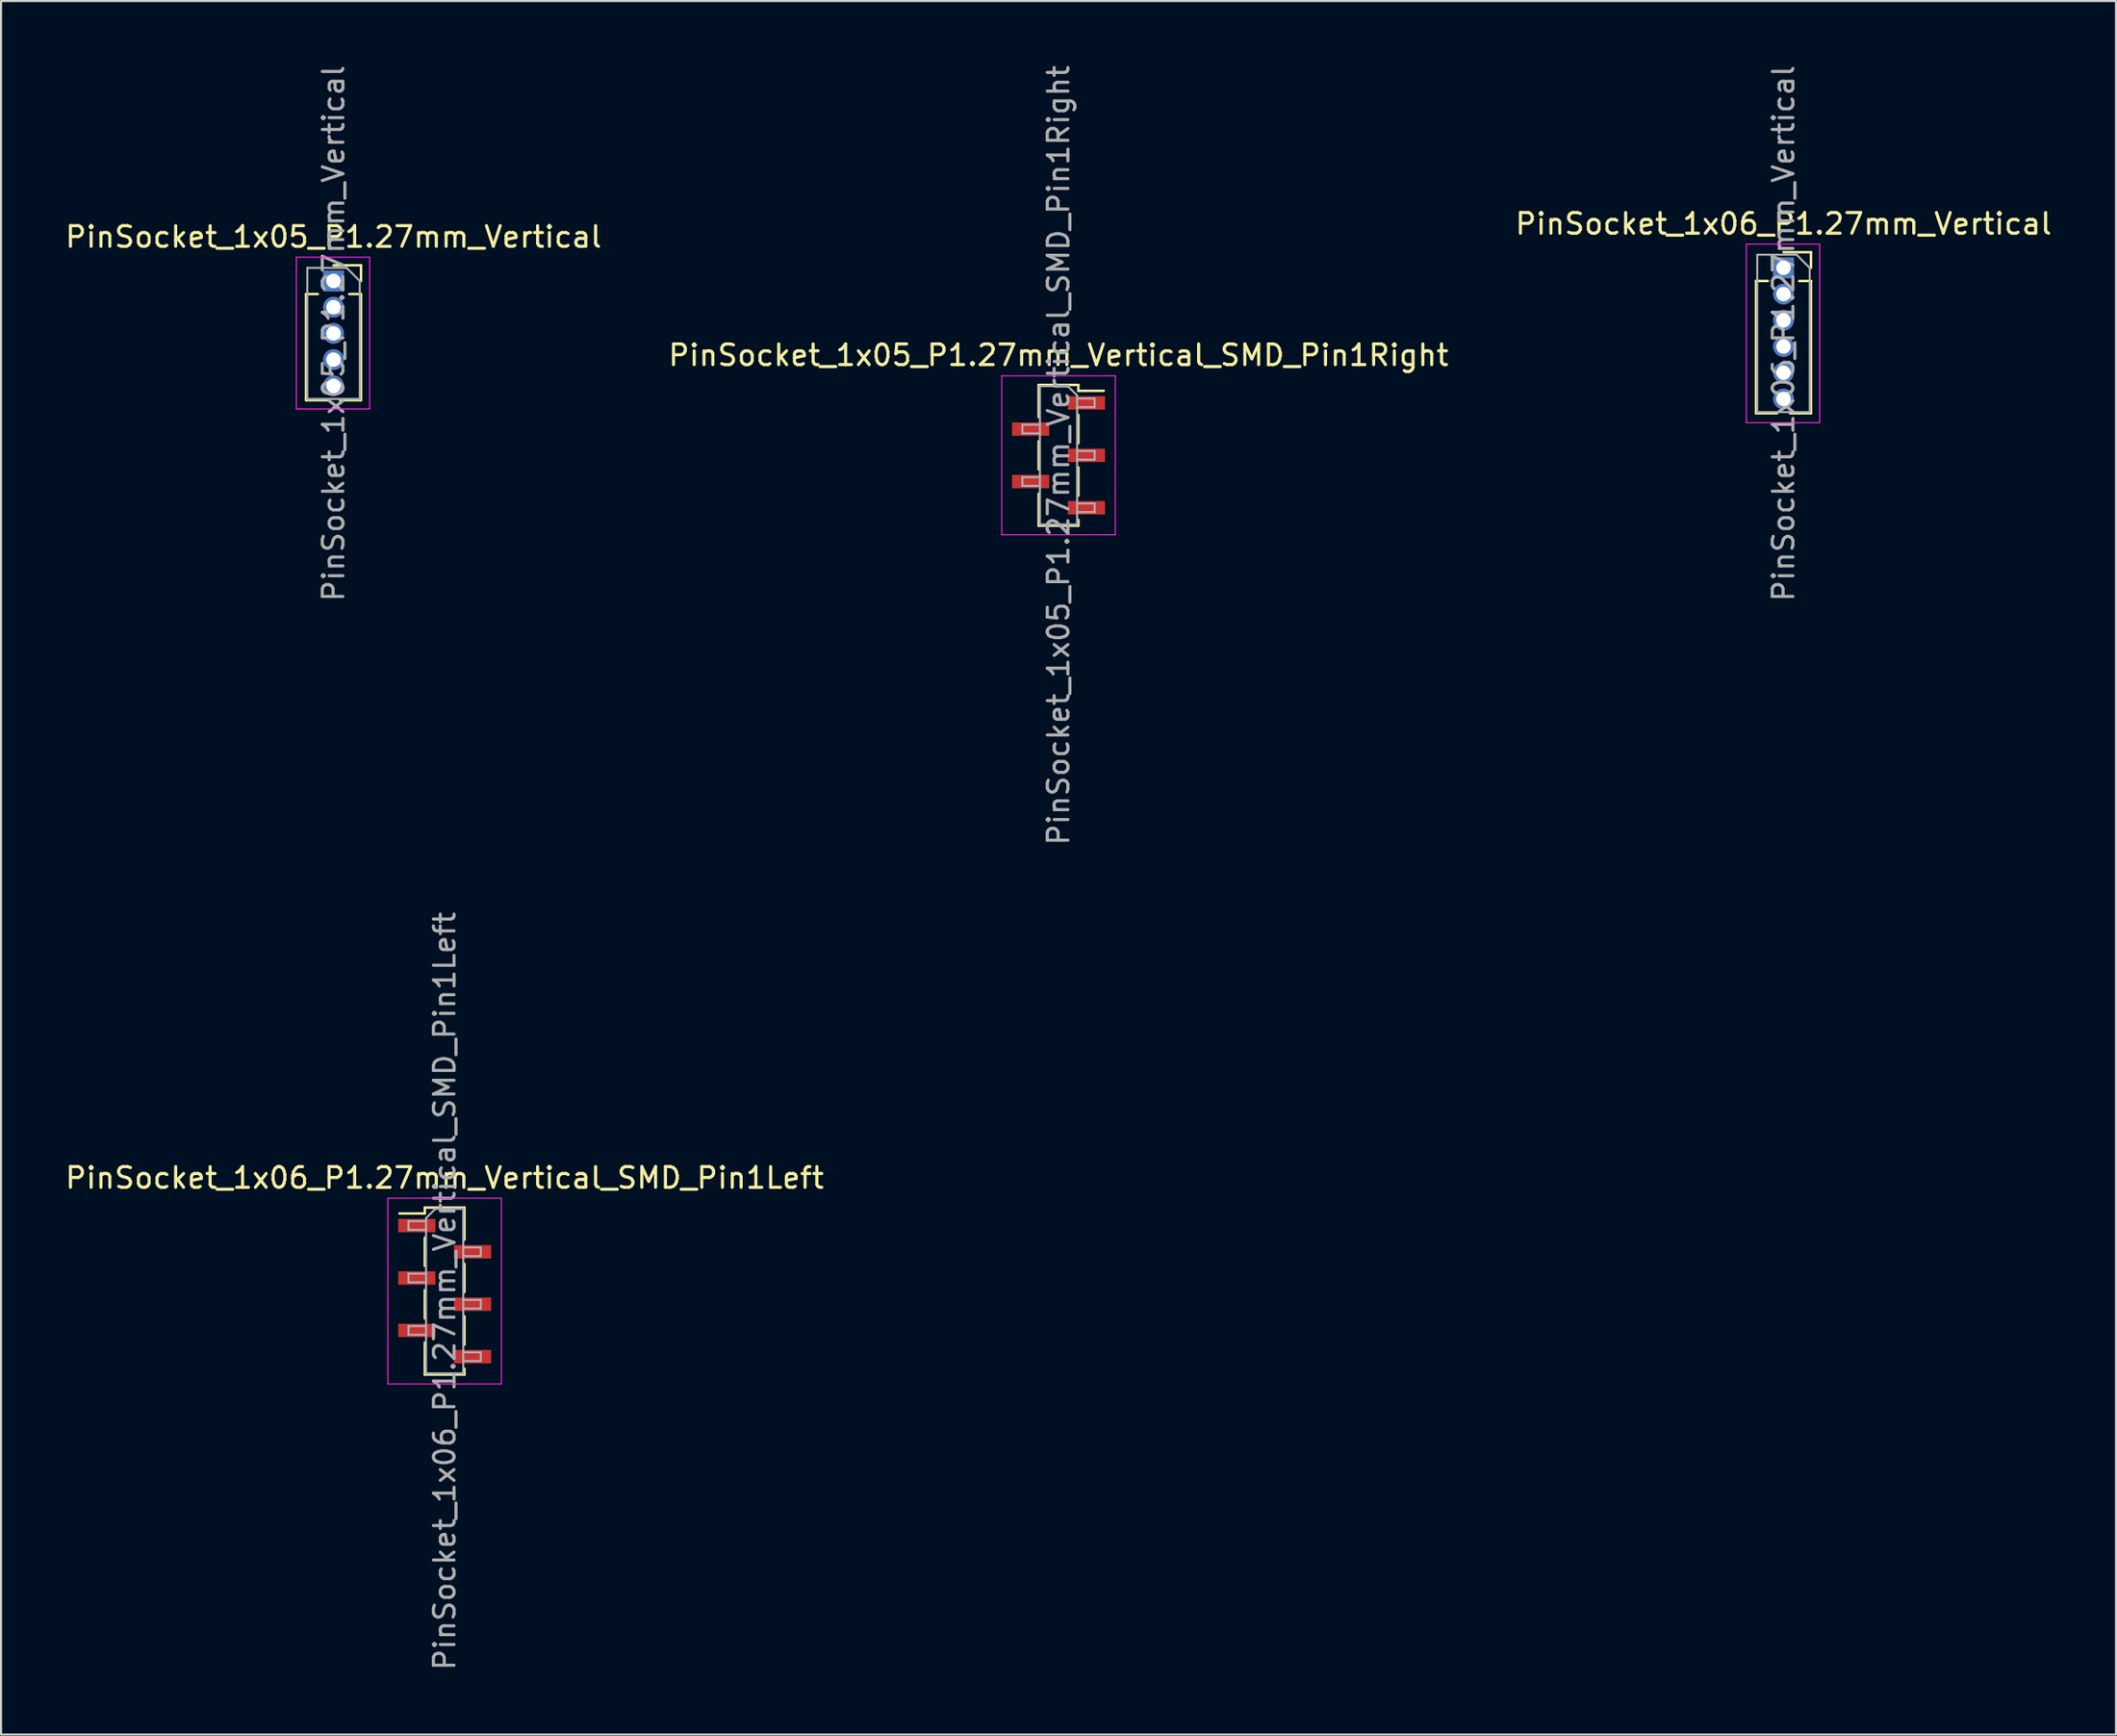
<source format=kicad_pcb>
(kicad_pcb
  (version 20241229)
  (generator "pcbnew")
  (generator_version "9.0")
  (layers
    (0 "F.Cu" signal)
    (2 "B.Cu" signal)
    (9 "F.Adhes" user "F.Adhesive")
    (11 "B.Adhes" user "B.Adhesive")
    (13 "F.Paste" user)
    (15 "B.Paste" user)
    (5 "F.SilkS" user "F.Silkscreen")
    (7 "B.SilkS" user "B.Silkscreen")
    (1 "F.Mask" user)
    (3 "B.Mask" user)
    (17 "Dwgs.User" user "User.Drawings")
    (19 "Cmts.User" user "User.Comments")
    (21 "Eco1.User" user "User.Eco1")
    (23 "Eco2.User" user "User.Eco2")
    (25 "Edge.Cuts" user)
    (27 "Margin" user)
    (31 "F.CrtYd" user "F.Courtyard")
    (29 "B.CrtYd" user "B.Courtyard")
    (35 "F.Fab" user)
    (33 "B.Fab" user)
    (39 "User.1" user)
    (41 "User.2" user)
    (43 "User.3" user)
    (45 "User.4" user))
  (footprint "PinSocket_1x05_P1.27mm_Vertical_SMD_Pin1Right"
    (layer "F.Cu")
    (at 48.208 19.006)
    (property "Reference" "PinSocket_1x05_P1.27mm_Vertical_SMD_Pin1Right" (at 0 -4.85 0) (layer "F.SilkS") (effects (font (size 1 1) (thickness 0.15))))
    (attr smd)
    (fp_line (start -0.96 -3.41) (end -0.96 -1.855) (stroke (width 0.12) (type solid)) (layer "F.SilkS"))
    (fp_line (start -0.96 -3.41) (end 0.96 -3.41) (stroke (width 0.12) (type solid)) (layer "F.SilkS"))
    (fp_line (start -0.96 -0.685) (end -0.96 0.685) (stroke (width 0.12) (type solid)) (layer "F.SilkS"))
    (fp_line (start -0.96 1.855) (end -0.96 3.41) (stroke (width 0.12) (type solid)) (layer "F.SilkS"))
    (fp_line (start -0.96 3.41) (end 0.96 3.41) (stroke (width 0.12) (type solid)) (layer "F.SilkS"))
    (fp_line (start 0.96 -3.41) (end 0.96 -3.125) (stroke (width 0.12) (type solid)) (layer "F.SilkS"))
    (fp_line (start 0.96 -3.125) (end 2.19 -3.125) (stroke (width 0.12) (type solid)) (layer "F.SilkS"))
    (fp_line (start 0.96 -1.955) (end 0.96 -0.585) (stroke (width 0.12) (type solid)) (layer "F.SilkS"))
    (fp_line (start 0.96 0.585) (end 0.96 1.955) (stroke (width 0.12) (type solid)) (layer "F.SilkS"))
    (fp_line (start 0.96 3.125) (end 0.96 3.41) (stroke (width 0.12) (type solid)) (layer "F.SilkS"))
    (fp_line (start -2.75 -3.85) (end 2.75 -3.85) (stroke (width 0.05) (type solid)) (layer "F.CrtYd"))
    (fp_line (start -2.75 3.85) (end -2.75 -3.85) (stroke (width 0.05) (type solid)) (layer "F.CrtYd"))
    (fp_line (start 2.75 -3.85) (end 2.75 3.85) (stroke (width 0.05) (type solid)) (layer "F.CrtYd"))
    (fp_line (start 2.75 3.85) (end -2.75 3.85) (stroke (width 0.05) (type solid)) (layer "F.CrtYd"))
    (fp_line (start -1.75 -1.48) (end -0.9 -1.48) (stroke (width 0.1) (type solid)) (layer "F.Fab"))
    (fp_line (start -1.75 -1.06) (end -1.75 -1.48) (stroke (width 0.1) (type solid)) (layer "F.Fab"))
    (fp_line (start -1.75 1.06) (end -0.9 1.06) (stroke (width 0.1) (type solid)) (layer "F.Fab"))
    (fp_line (start -1.75 1.48) (end -1.75 1.06) (stroke (width 0.1) (type solid)) (layer "F.Fab"))
    (fp_line (start -0.9 -3.35) (end 0.45 -3.35) (stroke (width 0.1) (type solid)) (layer "F.Fab"))
    (fp_line (start -0.9 -1.06) (end -1.75 -1.06) (stroke (width 0.1) (type solid)) (layer "F.Fab"))
    (fp_line (start -0.9 1.48) (end -1.75 1.48) (stroke (width 0.1) (type solid)) (layer "F.Fab"))
    (fp_line (start -0.9 3.35) (end -0.9 -3.35) (stroke (width 0.1) (type solid)) (layer "F.Fab"))
    (fp_line (start 0.45 -3.35) (end 0.9 -2.9) (stroke (width 0.1) (type solid)) (layer "F.Fab"))
    (fp_line (start 0.9 -2.9) (end 0.9 3.35) (stroke (width 0.1) (type solid)) (layer "F.Fab"))
    (fp_line (start 0.9 -2.75) (end 1.75 -2.75) (stroke (width 0.1) (type solid)) (layer "F.Fab"))
    (fp_line (start 0.9 -0.21) (end 1.75 -0.21) (stroke (width 0.1) (type solid)) (layer "F.Fab"))
    (fp_line (start 0.9 2.33) (end 1.75 2.33) (stroke (width 0.1) (type solid)) (layer "F.Fab"))
    (fp_line (start 0.9 3.35) (end -0.9 3.35) (stroke (width 0.1) (type solid)) (layer "F.Fab"))
    (fp_line (start 1.75 -2.75) (end 1.75 -2.33) (stroke (width 0.1) (type solid)) (layer "F.Fab"))
    (fp_line (start 1.75 -2.33) (end 0.9 -2.33) (stroke (width 0.1) (type solid)) (layer "F.Fab"))
    (fp_line (start 1.75 -0.21) (end 1.75 0.21) (stroke (width 0.1) (type solid)) (layer "F.Fab"))
    (fp_line (start 1.75 0.21) (end 0.9 0.21) (stroke (width 0.1) (type solid)) (layer "F.Fab"))
    (fp_line (start 1.75 2.33) (end 1.75 2.75) (stroke (width 0.1) (type solid)) (layer "F.Fab"))
    (fp_line (start 1.75 2.75) (end 0.9 2.75) (stroke (width 0.1) (type solid)) (layer "F.Fab"))
    (fp_text user "${REFERENCE}" (at 0 0 90) (layer "F.Fab") (effects (font (size 1 1) (thickness 0.15))))
    (pad "1" smd rect (at 1.35 -2.54) (size 1.8 0.65) (layers "F.Cu" "F.Mask" "F.Paste"))
    (pad "2" smd rect (at -1.35 -1.27) (size 1.8 0.65) (layers "F.Cu" "F.Mask" "F.Paste"))
    (pad "3" smd rect (at 1.35 0) (size 1.8 0.65) (layers "F.Cu" "F.Mask" "F.Paste"))
    (pad "4" smd rect (at -1.35 1.27) (size 1.8 0.65) (layers "F.Cu" "F.Mask" "F.Paste"))
    (pad "5" smd rect (at 1.35 2.54) (size 1.8 0.65) (layers "F.Cu" "F.Mask" "F.Paste")))
  (footprint "PinSocket_1x06_P1.27mm_Vertical"
    (layer "F.Cu")
    (at 83.315 9.926)
    (property "Reference" "PinSocket_1x06_P1.27mm_Vertical" (at 0 -2.135 0) (layer "F.SilkS") (effects (font (size 1 1) (thickness 0.15))))
    (attr through_hole)
    (fp_line (start -1.33 0.635) (end -1.33 7.045) (stroke (width 0.12) (type solid)) (layer "F.SilkS"))
    (fp_line (start -1.33 0.635) (end -0.76 0.635) (stroke (width 0.12) (type solid)) (layer "F.SilkS"))
    (fp_line (start -1.33 7.045) (end -0.308 7.045) (stroke (width 0.12) (type solid)) (layer "F.SilkS"))
    (fp_line (start 0 -0.76) (end 1.33 -0.76) (stroke (width 0.12) (type solid)) (layer "F.SilkS"))
    (fp_line (start 0.308 7.045) (end 1.33 7.045) (stroke (width 0.12) (type solid)) (layer "F.SilkS"))
    (fp_line (start 0.76 0.635) (end 1.33 0.635) (stroke (width 0.12) (type solid)) (layer "F.SilkS"))
    (fp_line (start 1.33 -0.76) (end 1.33 0) (stroke (width 0.12) (type solid)) (layer "F.SilkS"))
    (fp_line (start 1.33 0.635) (end 1.33 7.045) (stroke (width 0.12) (type solid)) (layer "F.SilkS"))
    (fp_line (start -1.8 -1.15) (end 1.75 -1.15) (stroke (width 0.05) (type solid)) (layer "F.CrtYd"))
    (fp_line (start -1.8 7.5) (end -1.8 -1.15) (stroke (width 0.05) (type solid)) (layer "F.CrtYd"))
    (fp_line (start 1.75 -1.15) (end 1.75 7.5) (stroke (width 0.05) (type solid)) (layer "F.CrtYd"))
    (fp_line (start 1.75 7.5) (end -1.8 7.5) (stroke (width 0.05) (type solid)) (layer "F.CrtYd"))
    (fp_line (start -1.27 -0.635) (end 0.635 -0.635) (stroke (width 0.1) (type solid)) (layer "F.Fab"))
    (fp_line (start -1.27 6.985) (end -1.27 -0.635) (stroke (width 0.1) (type solid)) (layer "F.Fab"))
    (fp_line (start 0.635 -0.635) (end 1.27 0) (stroke (width 0.1) (type solid)) (layer "F.Fab"))
    (fp_line (start 1.27 0) (end 1.27 6.985) (stroke (width 0.1) (type solid)) (layer "F.Fab"))
    (fp_line (start 1.27 6.985) (end -1.27 6.985) (stroke (width 0.1) (type solid)) (layer "F.Fab"))
    (fp_text user "${REFERENCE}" (at 0 3.175 90) (layer "F.Fab") (effects (font (size 1 1) (thickness 0.15))))
    (pad "1" thru_hole rect (at 0 0) (size 1 1) (drill 0.7) (layers "*.Cu" "*.Mask"))
    (pad "2" thru_hole oval (at 0 1.27) (size 1 1) (drill 0.7) (layers "*.Cu" "*.Mask"))
    (pad "3" thru_hole oval (at 0 2.54) (size 1 1) (drill 0.7) (layers "*.Cu" "*.Mask"))
    (pad "4" thru_hole oval (at 0 3.81) (size 1 1) (drill 0.7) (layers "*.Cu" "*.Mask"))
    (pad "5" thru_hole oval (at 0 5.08) (size 1 1) (drill 0.7) (layers "*.Cu" "*.Mask"))
    (pad "6" thru_hole oval (at 0 6.35) (size 1 1) (drill 0.7) (layers "*.Cu" "*.Mask")))
  (footprint "PinSocket_1x06_P1.27mm_Vertical_SMD_Pin1Left"
    (layer "F.Cu")
    (at 18.482 59.494)
    (property "Reference" "PinSocket_1x06_P1.27mm_Vertical_SMD_Pin1Left" (at 0 -5.485 0) (layer "F.SilkS") (effects (font (size 1 1) (thickness 0.15))))
    (attr smd)
    (fp_line (start -2.19 -3.76) (end -0.96 -3.76) (stroke (width 0.12) (type solid)) (layer "F.SilkS"))
    (fp_line (start -0.96 -4.045) (end -0.96 -3.76) (stroke (width 0.12) (type solid)) (layer "F.SilkS"))
    (fp_line (start -0.96 -4.045) (end 0.96 -4.045) (stroke (width 0.12) (type solid)) (layer "F.SilkS"))
    (fp_line (start -0.96 -2.59) (end -0.96 -1.22) (stroke (width 0.12) (type solid)) (layer "F.SilkS"))
    (fp_line (start -0.96 -0.05) (end -0.96 1.32) (stroke (width 0.12) (type solid)) (layer "F.SilkS"))
    (fp_line (start -0.96 2.49) (end -0.96 4.045) (stroke (width 0.12) (type solid)) (layer "F.SilkS"))
    (fp_line (start -0.96 4.045) (end 0.96 4.045) (stroke (width 0.12) (type solid)) (layer "F.SilkS"))
    (fp_line (start 0.96 -4.045) (end 0.96 -2.49) (stroke (width 0.12) (type solid)) (layer "F.SilkS"))
    (fp_line (start 0.96 -1.32) (end 0.96 0.05) (stroke (width 0.12) (type solid)) (layer "F.SilkS"))
    (fp_line (start 0.96 1.22) (end 0.96 2.59) (stroke (width 0.12) (type solid)) (layer "F.SilkS"))
    (fp_line (start 0.96 3.76) (end 0.96 4.045) (stroke (width 0.12) (type solid)) (layer "F.SilkS"))
    (fp_line (start -2.75 -4.5) (end 2.75 -4.5) (stroke (width 0.05) (type solid)) (layer "F.CrtYd"))
    (fp_line (start -2.75 4.5) (end -2.75 -4.5) (stroke (width 0.05) (type solid)) (layer "F.CrtYd"))
    (fp_line (start 2.75 -4.5) (end 2.75 4.5) (stroke (width 0.05) (type solid)) (layer "F.CrtYd"))
    (fp_line (start 2.75 4.5) (end -2.75 4.5) (stroke (width 0.05) (type solid)) (layer "F.CrtYd"))
    (fp_line (start -1.75 -3.385) (end -0.9 -3.385) (stroke (width 0.1) (type solid)) (layer "F.Fab"))
    (fp_line (start -1.75 -2.965) (end -1.75 -3.385) (stroke (width 0.1) (type solid)) (layer "F.Fab"))
    (fp_line (start -1.75 -0.845) (end -0.9 -0.845) (stroke (width 0.1) (type solid)) (layer "F.Fab"))
    (fp_line (start -1.75 -0.425) (end -1.75 -0.845) (stroke (width 0.1) (type solid)) (layer "F.Fab"))
    (fp_line (start -1.75 1.695) (end -0.9 1.695) (stroke (width 0.1) (type solid)) (layer "F.Fab"))
    (fp_line (start -1.75 2.115) (end -1.75 1.695) (stroke (width 0.1) (type solid)) (layer "F.Fab"))
    (fp_line (start -0.9 -3.535) (end -0.45 -3.985) (stroke (width 0.1) (type solid)) (layer "F.Fab"))
    (fp_line (start -0.9 -2.965) (end -1.75 -2.965) (stroke (width 0.1) (type solid)) (layer "F.Fab"))
    (fp_line (start -0.9 -0.425) (end -1.75 -0.425) (stroke (width 0.1) (type solid)) (layer "F.Fab"))
    (fp_line (start -0.9 2.115) (end -1.75 2.115) (stroke (width 0.1) (type solid)) (layer "F.Fab"))
    (fp_line (start -0.9 3.985) (end -0.9 -3.535) (stroke (width 0.1) (type solid)) (layer "F.Fab"))
    (fp_line (start -0.45 -3.985) (end 0.9 -3.985) (stroke (width 0.1) (type solid)) (layer "F.Fab"))
    (fp_line (start 0.9 -3.985) (end 0.9 3.985) (stroke (width 0.1) (type solid)) (layer "F.Fab"))
    (fp_line (start 0.9 -2.115) (end 1.75 -2.115) (stroke (width 0.1) (type solid)) (layer "F.Fab"))
    (fp_line (start 0.9 0.425) (end 1.75 0.425) (stroke (width 0.1) (type solid)) (layer "F.Fab"))
    (fp_line (start 0.9 2.965) (end 1.75 2.965) (stroke (width 0.1) (type solid)) (layer "F.Fab"))
    (fp_line (start 0.9 3.985) (end -0.9 3.985) (stroke (width 0.1) (type solid)) (layer "F.Fab"))
    (fp_line (start 1.75 -2.115) (end 1.75 -1.695) (stroke (width 0.1) (type solid)) (layer "F.Fab"))
    (fp_line (start 1.75 -1.695) (end 0.9 -1.695) (stroke (width 0.1) (type solid)) (layer "F.Fab"))
    (fp_line (start 1.75 0.425) (end 1.75 0.845) (stroke (width 0.1) (type solid)) (layer "F.Fab"))
    (fp_line (start 1.75 0.845) (end 0.9 0.845) (stroke (width 0.1) (type solid)) (layer "F.Fab"))
    (fp_line (start 1.75 2.965) (end 1.75 3.385) (stroke (width 0.1) (type solid)) (layer "F.Fab"))
    (fp_line (start 1.75 3.385) (end 0.9 3.385) (stroke (width 0.1) (type solid)) (layer "F.Fab"))
    (fp_text user "${REFERENCE}" (at 0 0 90) (layer "F.Fab") (effects (font (size 1 1) (thickness 0.15))))
    (pad "1" smd rect (at -1.35 -3.175) (size 1.8 0.65) (layers "F.Cu" "F.Mask" "F.Paste"))
    (pad "2" smd rect (at 1.35 -1.905) (size 1.8 0.65) (layers "F.Cu" "F.Mask" "F.Paste"))
    (pad "3" smd rect (at -1.35 -0.635) (size 1.8 0.65) (layers "F.Cu" "F.Mask" "F.Paste"))
    (pad "4" smd rect (at 1.35 0.635) (size 1.8 0.65) (layers "F.Cu" "F.Mask" "F.Paste"))
    (pad "5" smd rect (at -1.35 1.905) (size 1.8 0.65) (layers "F.Cu" "F.Mask" "F.Paste"))
    (pad "6" smd rect (at 1.35 3.175) (size 1.8 0.65) (layers "F.Cu" "F.Mask" "F.Paste")))
  (footprint "PinSocket_1x05_P1.27mm_Vertical"
    (layer "F.Cu")
    (at 13.101 10.561)
    (property "Reference" "PinSocket_1x05_P1.27mm_Vertical" (at 0 -2.135 0) (layer "F.SilkS") (effects (font (size 1 1) (thickness 0.15))))
    (attr through_hole)
    (fp_line (start -1.33 0.635) (end -1.33 5.775) (stroke (width 0.12) (type solid)) (layer "F.SilkS"))
    (fp_line (start -1.33 0.635) (end -0.76 0.635) (stroke (width 0.12) (type solid)) (layer "F.SilkS"))
    (fp_line (start -1.33 5.775) (end -0.308 5.775) (stroke (width 0.12) (type solid)) (layer "F.SilkS"))
    (fp_line (start 0 -0.76) (end 1.33 -0.76) (stroke (width 0.12) (type solid)) (layer "F.SilkS"))
    (fp_line (start 0.308 5.775) (end 1.33 5.775) (stroke (width 0.12) (type solid)) (layer "F.SilkS"))
    (fp_line (start 0.76 0.635) (end 1.33 0.635) (stroke (width 0.12) (type solid)) (layer "F.SilkS"))
    (fp_line (start 1.33 -0.76) (end 1.33 0) (stroke (width 0.12) (type solid)) (layer "F.SilkS"))
    (fp_line (start 1.33 0.635) (end 1.33 5.775) (stroke (width 0.12) (type solid)) (layer "F.SilkS"))
    (fp_line (start -1.8 -1.15) (end 1.75 -1.15) (stroke (width 0.05) (type solid)) (layer "F.CrtYd"))
    (fp_line (start -1.8 6.2) (end -1.8 -1.15) (stroke (width 0.05) (type solid)) (layer "F.CrtYd"))
    (fp_line (start 1.75 -1.15) (end 1.75 6.2) (stroke (width 0.05) (type solid)) (layer "F.CrtYd"))
    (fp_line (start 1.75 6.2) (end -1.8 6.2) (stroke (width 0.05) (type solid)) (layer "F.CrtYd"))
    (fp_line (start -1.27 -0.635) (end 0.635 -0.635) (stroke (width 0.1) (type solid)) (layer "F.Fab"))
    (fp_line (start -1.27 5.715) (end -1.27 -0.635) (stroke (width 0.1) (type solid)) (layer "F.Fab"))
    (fp_line (start 0.635 -0.635) (end 1.27 0) (stroke (width 0.1) (type solid)) (layer "F.Fab"))
    (fp_line (start 1.27 0) (end 1.27 5.715) (stroke (width 0.1) (type solid)) (layer "F.Fab"))
    (fp_line (start 1.27 5.715) (end -1.27 5.715) (stroke (width 0.1) (type solid)) (layer "F.Fab"))
    (fp_text user "${REFERENCE}" (at 0 2.54 90) (layer "F.Fab") (effects (font (size 1 1) (thickness 0.15))))
    (pad "1" thru_hole rect (at 0 0) (size 1 1) (drill 0.7) (layers "*.Cu" "*.Mask"))
    (pad "2" thru_hole oval (at 0 1.27) (size 1 1) (drill 0.7) (layers "*.Cu" "*.Mask"))
    (pad "3" thru_hole oval (at 0 2.54) (size 1 1) (drill 0.7) (layers "*.Cu" "*.Mask"))
    (pad "4" thru_hole oval (at 0 3.81) (size 1 1) (drill 0.7) (layers "*.Cu" "*.Mask"))
    (pad "5" thru_hole oval (at 0 5.08) (size 1 1) (drill 0.7) (layers "*.Cu" "*.Mask")))
  (gr_rect
    (start -3 -3)
    (end 99.417 80.976)
    (stroke (width 0.1) (type default))
    (fill no)
    (layer "Edge.Cuts")))
</source>
